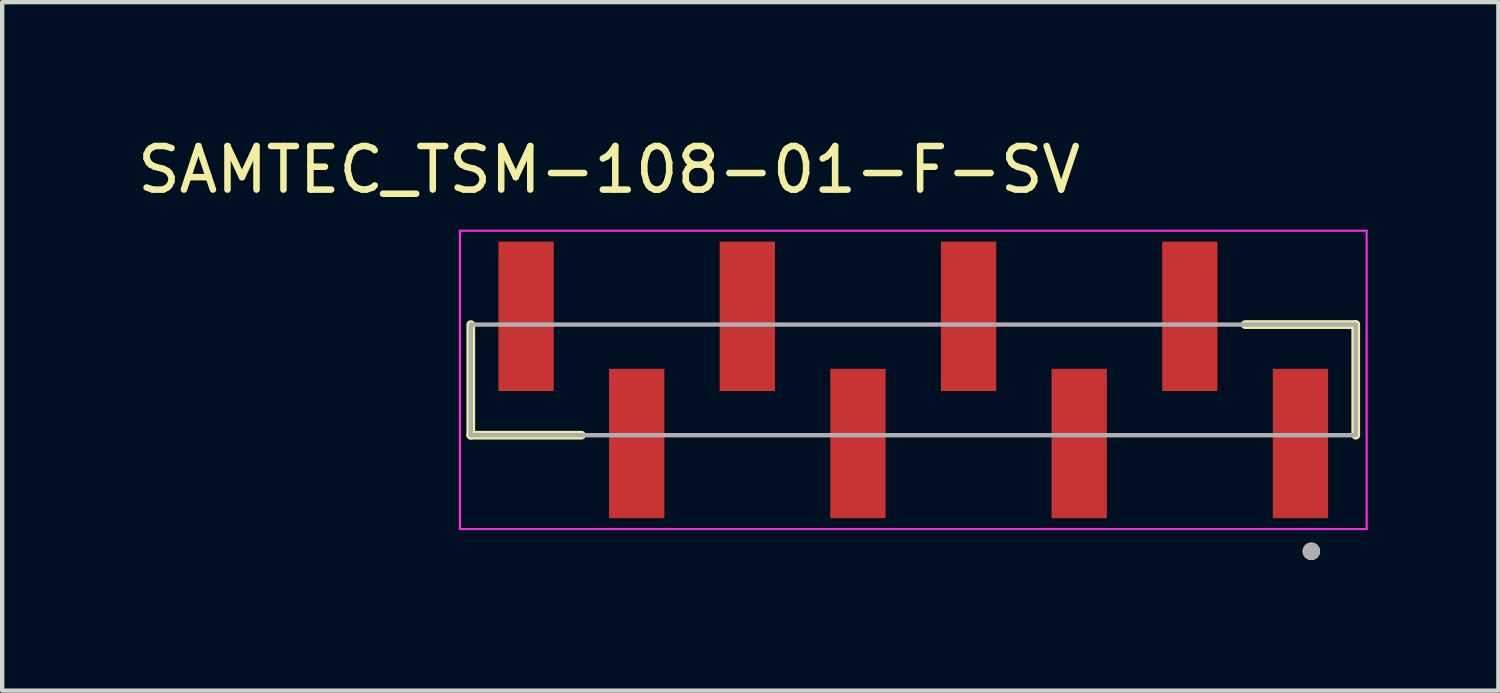
<source format=kicad_pcb>
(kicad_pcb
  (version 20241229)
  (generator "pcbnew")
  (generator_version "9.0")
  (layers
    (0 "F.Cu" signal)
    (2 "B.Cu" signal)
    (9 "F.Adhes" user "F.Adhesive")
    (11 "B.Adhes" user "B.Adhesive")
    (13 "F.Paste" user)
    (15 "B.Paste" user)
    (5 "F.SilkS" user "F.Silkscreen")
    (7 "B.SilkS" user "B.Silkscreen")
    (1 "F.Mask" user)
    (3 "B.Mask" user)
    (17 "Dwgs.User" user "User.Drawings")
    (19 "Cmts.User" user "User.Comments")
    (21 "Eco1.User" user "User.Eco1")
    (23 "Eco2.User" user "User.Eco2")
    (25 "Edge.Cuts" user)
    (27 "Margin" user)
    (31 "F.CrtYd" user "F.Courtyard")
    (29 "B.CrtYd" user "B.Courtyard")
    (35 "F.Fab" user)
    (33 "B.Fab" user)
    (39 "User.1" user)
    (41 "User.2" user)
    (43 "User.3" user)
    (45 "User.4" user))
  (footprint "SAMTEC_TSM-108-01-F-SV"
    (layer "F.Cu")
    (at 17.92 5.673)
    (property "Reference" "SAMTEC_TSM-108-01-F-SV" (at -6.985 -4.825 0) (layer "F.SilkS") (effects (font (size 1 1) (thickness 0.15))))
    (attr through_hole)
    (fp_line (start -10.16 1.27) (end -10.16 -1.27) (stroke (width 0.2) (type solid)) (layer "F.SilkS"))
    (fp_line (start -10.16 1.27) (end -7.62 1.27) (stroke (width 0.2) (type solid)) (layer "F.SilkS"))
    (fp_line (start 7.62 -1.27) (end 10.16 -1.27) (stroke (width 0.2) (type solid)) (layer "F.SilkS"))
    (fp_line (start 10.16 -1.27) (end 10.16 1.27) (stroke (width 0.2) (type solid)) (layer "F.SilkS"))
    (fp_circle (center 9.14 3.935) (end 9.24 3.935) (stroke (width 0.2) (type solid)) (fill no) (layer "F.SilkS"))
    (fp_line (start -10.41 -3.425) (end 10.41 -3.425) (stroke (width 0.05) (type solid)) (layer "F.CrtYd"))
    (fp_line (start -10.41 3.425) (end -10.41 -3.425) (stroke (width 0.05) (type solid)) (layer "F.CrtYd"))
    (fp_line (start 10.41 -3.425) (end 10.41 3.425) (stroke (width 0.05) (type solid)) (layer "F.CrtYd"))
    (fp_line (start 10.41 3.425) (end -10.41 3.425) (stroke (width 0.05) (type solid)) (layer "F.CrtYd"))
    (fp_line (start -10.16 -1.27) (end 10.16 -1.27) (stroke (width 0.1) (type solid)) (layer "F.Fab"))
    (fp_line (start -10.16 1.27) (end -10.16 -1.27) (stroke (width 0.1) (type solid)) (layer "F.Fab"))
    (fp_line (start 10.16 -1.27) (end 10.16 1.27) (stroke (width 0.1) (type solid)) (layer "F.Fab"))
    (fp_line (start 10.16 1.27) (end -10.16 1.27) (stroke (width 0.1) (type solid)) (layer "F.Fab"))
    (fp_circle (center 9.14 3.935) (end 9.24 3.935) (stroke (width 0.2) (type solid)) (fill no) (layer "F.Fab"))
    (pad "1" smd rect (at 8.89 1.46) (size 1.27 3.43) (layers "F.Cu" "F.Mask" "F.Paste"))
    (pad "2" smd rect (at 6.35 -1.46) (size 1.27 3.43) (layers "F.Cu" "F.Mask" "F.Paste"))
    (pad "3" smd rect (at 3.81 1.46) (size 1.27 3.43) (layers "F.Cu" "F.Mask" "F.Paste"))
    (pad "4" smd rect (at 1.27 -1.46) (size 1.27 3.43) (layers "F.Cu" "F.Mask" "F.Paste"))
    (pad "5" smd rect (at -1.27 1.46) (size 1.27 3.43) (layers "F.Cu" "F.Mask" "F.Paste"))
    (pad "6" smd rect (at -3.81 -1.46) (size 1.27 3.43) (layers "F.Cu" "F.Mask" "F.Paste"))
    (pad "7" smd rect (at -6.35 1.46) (size 1.27 3.43) (layers "F.Cu" "F.Mask" "F.Paste"))
    (pad "8" smd rect (at -8.89 -1.46) (size 1.27 3.43) (layers "F.Cu" "F.Mask" "F.Paste")))
  (gr_rect
    (start -3 -3)
    (end 31.355 12.808)
    (stroke (width 0.1) (type default))
    (fill no)
    (layer "Edge.Cuts")))
</source>
